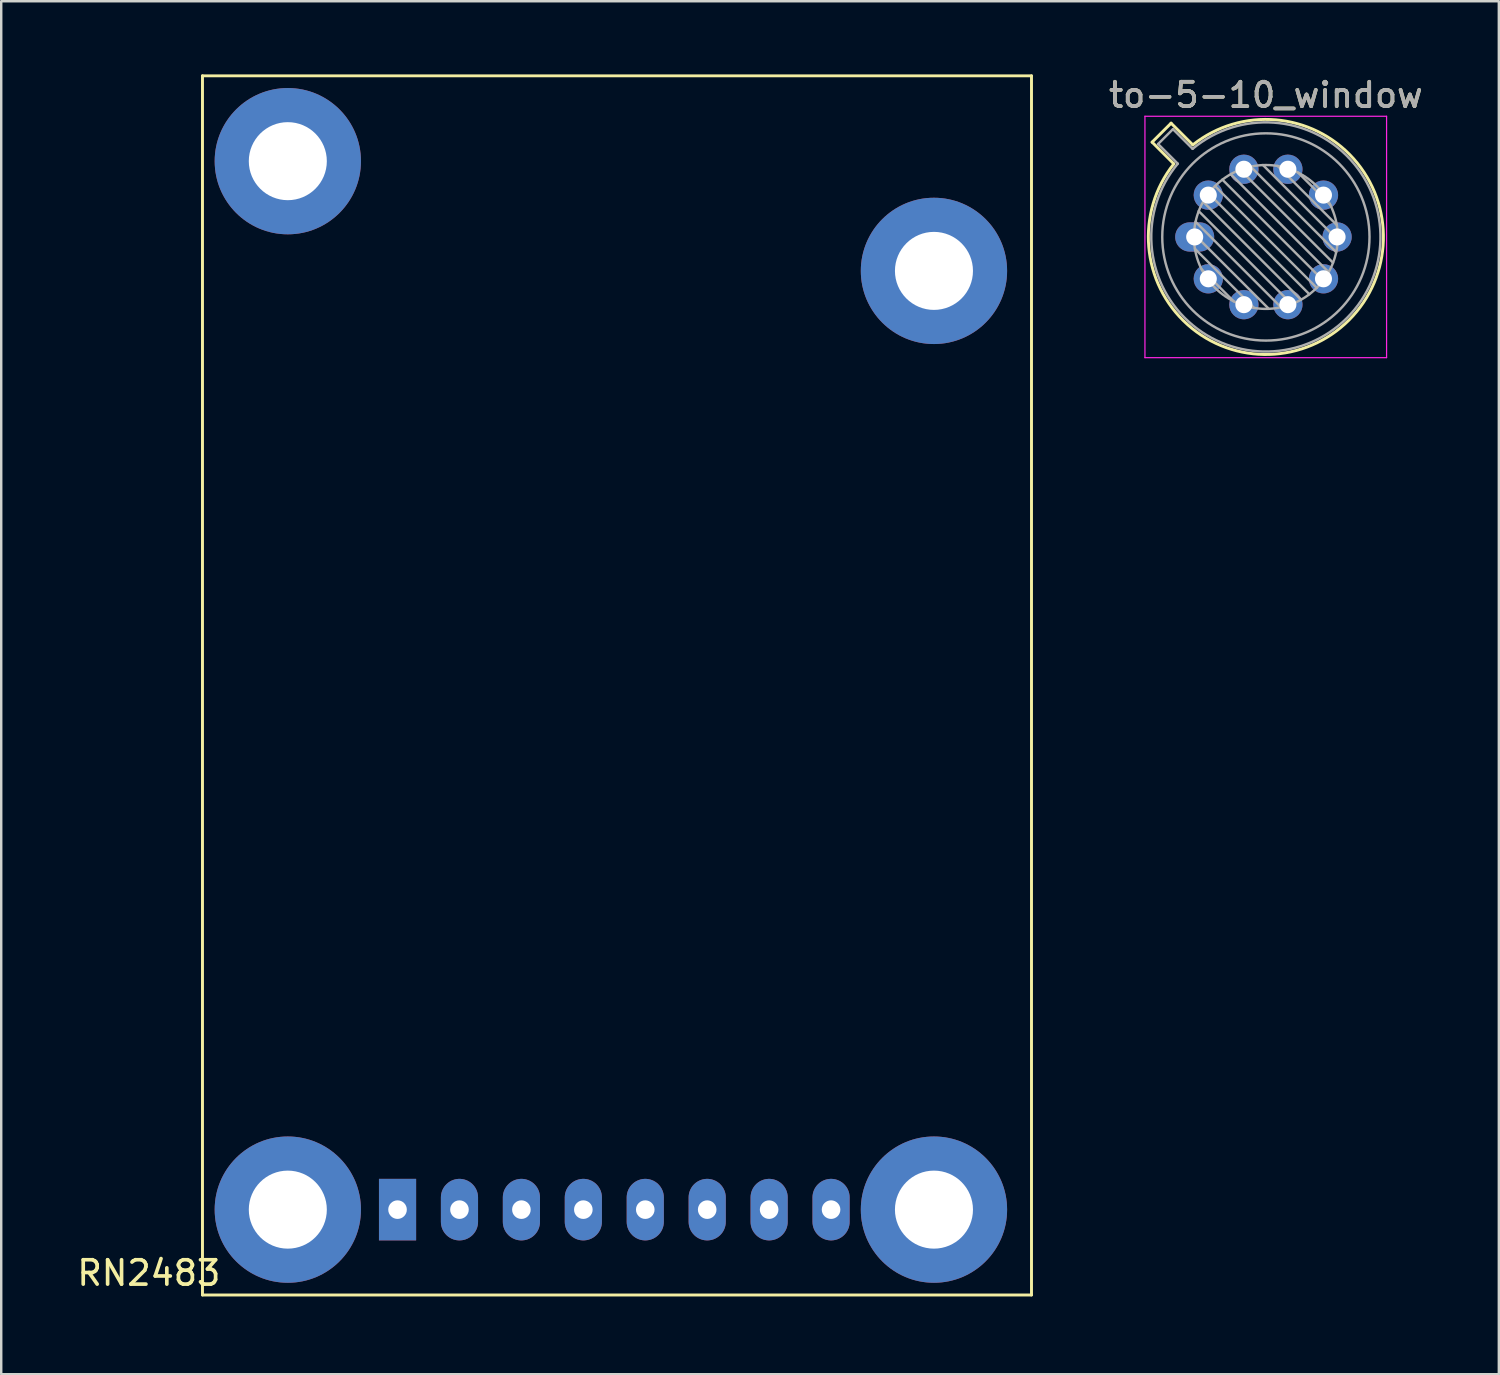
<source format=kicad_pcb>
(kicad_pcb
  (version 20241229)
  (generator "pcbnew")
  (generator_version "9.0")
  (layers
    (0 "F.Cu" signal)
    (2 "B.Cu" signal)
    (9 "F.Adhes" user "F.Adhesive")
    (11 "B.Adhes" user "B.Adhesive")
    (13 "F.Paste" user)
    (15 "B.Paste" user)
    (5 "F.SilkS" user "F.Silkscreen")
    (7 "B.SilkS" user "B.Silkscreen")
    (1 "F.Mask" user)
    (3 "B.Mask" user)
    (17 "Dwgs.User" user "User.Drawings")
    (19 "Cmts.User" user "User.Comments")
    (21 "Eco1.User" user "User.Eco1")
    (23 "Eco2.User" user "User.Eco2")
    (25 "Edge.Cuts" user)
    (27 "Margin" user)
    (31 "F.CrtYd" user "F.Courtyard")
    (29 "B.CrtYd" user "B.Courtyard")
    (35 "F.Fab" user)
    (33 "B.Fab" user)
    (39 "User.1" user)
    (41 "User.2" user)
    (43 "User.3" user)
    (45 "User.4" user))
  (footprint "RN2483"
    (layer "F.Cu")
    (at 5.254 50.06)
    (property "Reference" "RN2483" (at -2.2 -0.9 0) (layer "F.SilkS") (effects (font (size 1 1) (thickness 0.15))))
    (attr through_hole)
    (fp_line (start 0 -50) (end 34 -50) (stroke (width 0.12) (type solid)) (layer "F.SilkS"))
    (fp_line (start 0 0) (end 0 -50) (stroke (width 0.12) (type solid)) (layer "F.SilkS"))
    (fp_line (start 34 -50) (end 34 0) (stroke (width 0.12) (type solid)) (layer "F.SilkS"))
    (fp_line (start 34 0) (end 0 0) (stroke (width 0.12) (type solid)) (layer "F.SilkS"))
    (pad "" np_thru_hole circle (at 3.5 -46.5) (size 6 6) (drill 3.2) (layers "*.Cu" "*.Mask"))
    (pad "" np_thru_hole circle (at 3.5 -3.5) (size 6 6) (drill 3.2) (layers "*.Cu" "*.Mask"))
    (pad "" np_thru_hole circle (at 30 -42) (size 6 6) (drill 3.2) (layers "*.Cu" "*.Mask"))
    (pad "" np_thru_hole circle (at 30 -3.5) (size 6 6) (drill 3.2) (layers "*.Cu" "*.Mask"))
    (pad "1" thru_hole rect (at 8 -3.5) (size 1.524 2.524) (drill 0.762) (layers "*.Cu" "*.Mask"))
    (pad "2" thru_hole oval (at 10.54 -3.5) (size 1.524 2.524) (drill 0.762) (layers "*.Cu" "*.Mask"))
    (pad "3" thru_hole oval (at 13.08 -3.5) (size 1.524 2.524) (drill 0.762) (layers "*.Cu" "*.Mask"))
    (pad "4" thru_hole oval (at 15.62 -3.5) (size 1.524 2.524) (drill 0.762) (layers "*.Cu" "*.Mask"))
    (pad "5" thru_hole oval (at 18.16 -3.5) (size 1.524 2.524) (drill 0.762) (layers "*.Cu" "*.Mask"))
    (pad "6" thru_hole oval (at 20.7 -3.5) (size 1.524 2.524) (drill 0.762) (layers "*.Cu" "*.Mask"))
    (pad "7" thru_hole oval (at 23.24 -3.5) (size 1.524 2.524) (drill 0.762) (layers "*.Cu" "*.Mask"))
    (pad "8" thru_hole oval (at 25.78 -3.5) (size 1.524 2.524) (drill 0.762) (layers "*.Cu" "*.Mask")))
  (footprint "to-5-10_window"
    (layer "F.Cu")
    (at 45.947 6.668)
    (property "Reference" "to-5-10_window" (at 2.92 -5.82 0) (layer "F.SilkS") (effects (font (size 1 1) (thickness 0.15))))
    (attr through_hole)
    (fp_line (start -1.746 -3.888) (end -0.855 -2.997) (stroke (width 0.12) (type solid)) (layer "F.SilkS"))
    (fp_line (start -0.968 -4.666) (end -1.746 -3.888) (stroke (width 0.12) (type solid)) (layer "F.SilkS"))
    (fp_line (start -0.077 -3.775) (end -0.968 -4.666) (stroke (width 0.12) (type solid)) (layer "F.SilkS"))
    (fp_arc (start -0.077084 -3.774902) (mid 6.328125 3.408384) (end -0.854674 -2.997371) (stroke (width 0.12) (type solid)) (layer "F.SilkS"))
    (fp_line (start -2.04 -4.95) (end -2.04 4.95) (stroke (width 0.05) (type solid)) (layer "F.CrtYd"))
    (fp_line (start -2.04 4.95) (end 7.87 4.95) (stroke (width 0.05) (type solid)) (layer "F.CrtYd"))
    (fp_line (start 7.87 -4.95) (end -2.04 -4.95) (stroke (width 0.05) (type solid)) (layer "F.CrtYd"))
    (fp_line (start 7.87 4.95) (end 7.87 -4.95) (stroke (width 0.05) (type solid)) (layer "F.CrtYd"))
    (fp_line (start -1.5 -3.812) (end -0.694 -3.005) (stroke (width 0.1) (type solid)) (layer "F.Fab"))
    (fp_line (start -0.892 -4.42) (end -1.5 -3.812) (stroke (width 0.1) (type solid)) (layer "F.Fab"))
    (fp_line (start -0.085 -3.614) (end -0.892 -4.42) (stroke (width 0.1) (type solid)) (layer "F.Fab"))
    (fp_line (start -0.028 -0.12) (end 3.04 2.948) (stroke (width 0.1) (type solid)) (layer "F.Fab"))
    (fp_line (start 0.009 0.485) (end 2.435 2.911) (stroke (width 0.1) (type solid)) (layer "F.Fab"))
    (fp_line (start 0.036 -0.622) (end 3.542 2.884) (stroke (width 0.1) (type solid)) (layer "F.Fab"))
    (fp_line (start 0.165 -1.058) (end 3.978 2.755) (stroke (width 0.1) (type solid)) (layer "F.Fab"))
    (fp_line (start 0.283 1.324) (end 1.596 2.637) (stroke (width 0.1) (type solid)) (layer "F.Fab"))
    (fp_line (start 0.346 -1.443) (end 4.363 2.574) (stroke (width 0.1) (type solid)) (layer "F.Fab"))
    (fp_line (start 0.57 -1.784) (end 4.704 2.35) (stroke (width 0.1) (type solid)) (layer "F.Fab"))
    (fp_line (start 0.834 -2.086) (end 5.006 2.086) (stroke (width 0.1) (type solid)) (layer "F.Fab"))
    (fp_line (start 1.136 -2.35) (end 5.27 1.784) (stroke (width 0.1) (type solid)) (layer "F.Fab"))
    (fp_line (start 1.477 -2.574) (end 5.494 1.443) (stroke (width 0.1) (type solid)) (layer "F.Fab"))
    (fp_line (start 1.862 -2.755) (end 5.675 1.058) (stroke (width 0.1) (type solid)) (layer "F.Fab"))
    (fp_line (start 2.298 -2.884) (end 5.804 0.622) (stroke (width 0.1) (type solid)) (layer "F.Fab"))
    (fp_line (start 2.8 -2.948) (end 5.868 0.12) (stroke (width 0.1) (type solid)) (layer "F.Fab"))
    (fp_line (start 3.405 -2.911) (end 5.831 -0.485) (stroke (width 0.1) (type solid)) (layer "F.Fab"))
    (fp_line (start 4.244 -2.637) (end 5.557 -1.324) (stroke (width 0.1) (type solid)) (layer "F.Fab"))
    (fp_arc (start -0.085408 -3.61352) (mid 6.243443 3.323361) (end -0.693594 -3.005319) (stroke (width 0.1) (type solid)) (layer "F.Fab"))
    (fp_circle (center 2.92 0) (end 5.87 0) (stroke (width 0.1) (type solid)) (fill no) (layer "F.Fab"))
    (fp_circle (center 2.92 0) (end 7.17 0) (stroke (width 0.1) (type solid)) (fill no) (layer "F.Fab"))
    (fp_text user "${REFERENCE}" (at 2.92 -5.82 0) (layer "F.Fab") (effects (font (size 1 1) (thickness 0.15))))
    (pad "1" thru_hole oval (at 0 0) (size 1.6 1.2) (drill 0.7) (layers "*.Cu" "*.Mask"))
    (pad "2" thru_hole oval (at 0.558 1.716) (size 1.2 1.2) (drill 0.7) (layers "*.Cu" "*.Mask"))
    (pad "3" thru_hole oval (at 2.018 2.777) (size 1.2 1.2) (drill 0.7) (layers "*.Cu" "*.Mask"))
    (pad "4" thru_hole oval (at 3.822 2.777) (size 1.2 1.2) (drill 0.7) (layers "*.Cu" "*.Mask"))
    (pad "5" thru_hole oval (at 5.282 1.716) (size 1.2 1.2) (drill 0.7) (layers "*.Cu" "*.Mask"))
    (pad "6" thru_hole oval (at 5.84 0) (size 1.2 1.2) (drill 0.7) (layers "*.Cu" "*.Mask"))
    (pad "7" thru_hole oval (at 5.282 -1.716) (size 1.2 1.2) (drill 0.7) (layers "*.Cu" "*.Mask"))
    (pad "8" thru_hole oval (at 3.822 -2.777) (size 1.2 1.2) (drill 0.7) (layers "*.Cu" "*.Mask"))
    (pad "9" thru_hole oval (at 2.018 -2.777) (size 1.2 1.2) (drill 0.7) (layers "*.Cu" "*.Mask"))
    (pad "10" thru_hole oval (at 0.558 -1.716) (size 1.2 1.2) (drill 0.7) (layers "*.Cu" "*.Mask")))
  (gr_rect
    (start -3 -3)
    (end 58.421 53.31)
    (stroke (width 0.1) (type default))
    (fill no)
    (layer "Edge.Cuts")))
</source>
